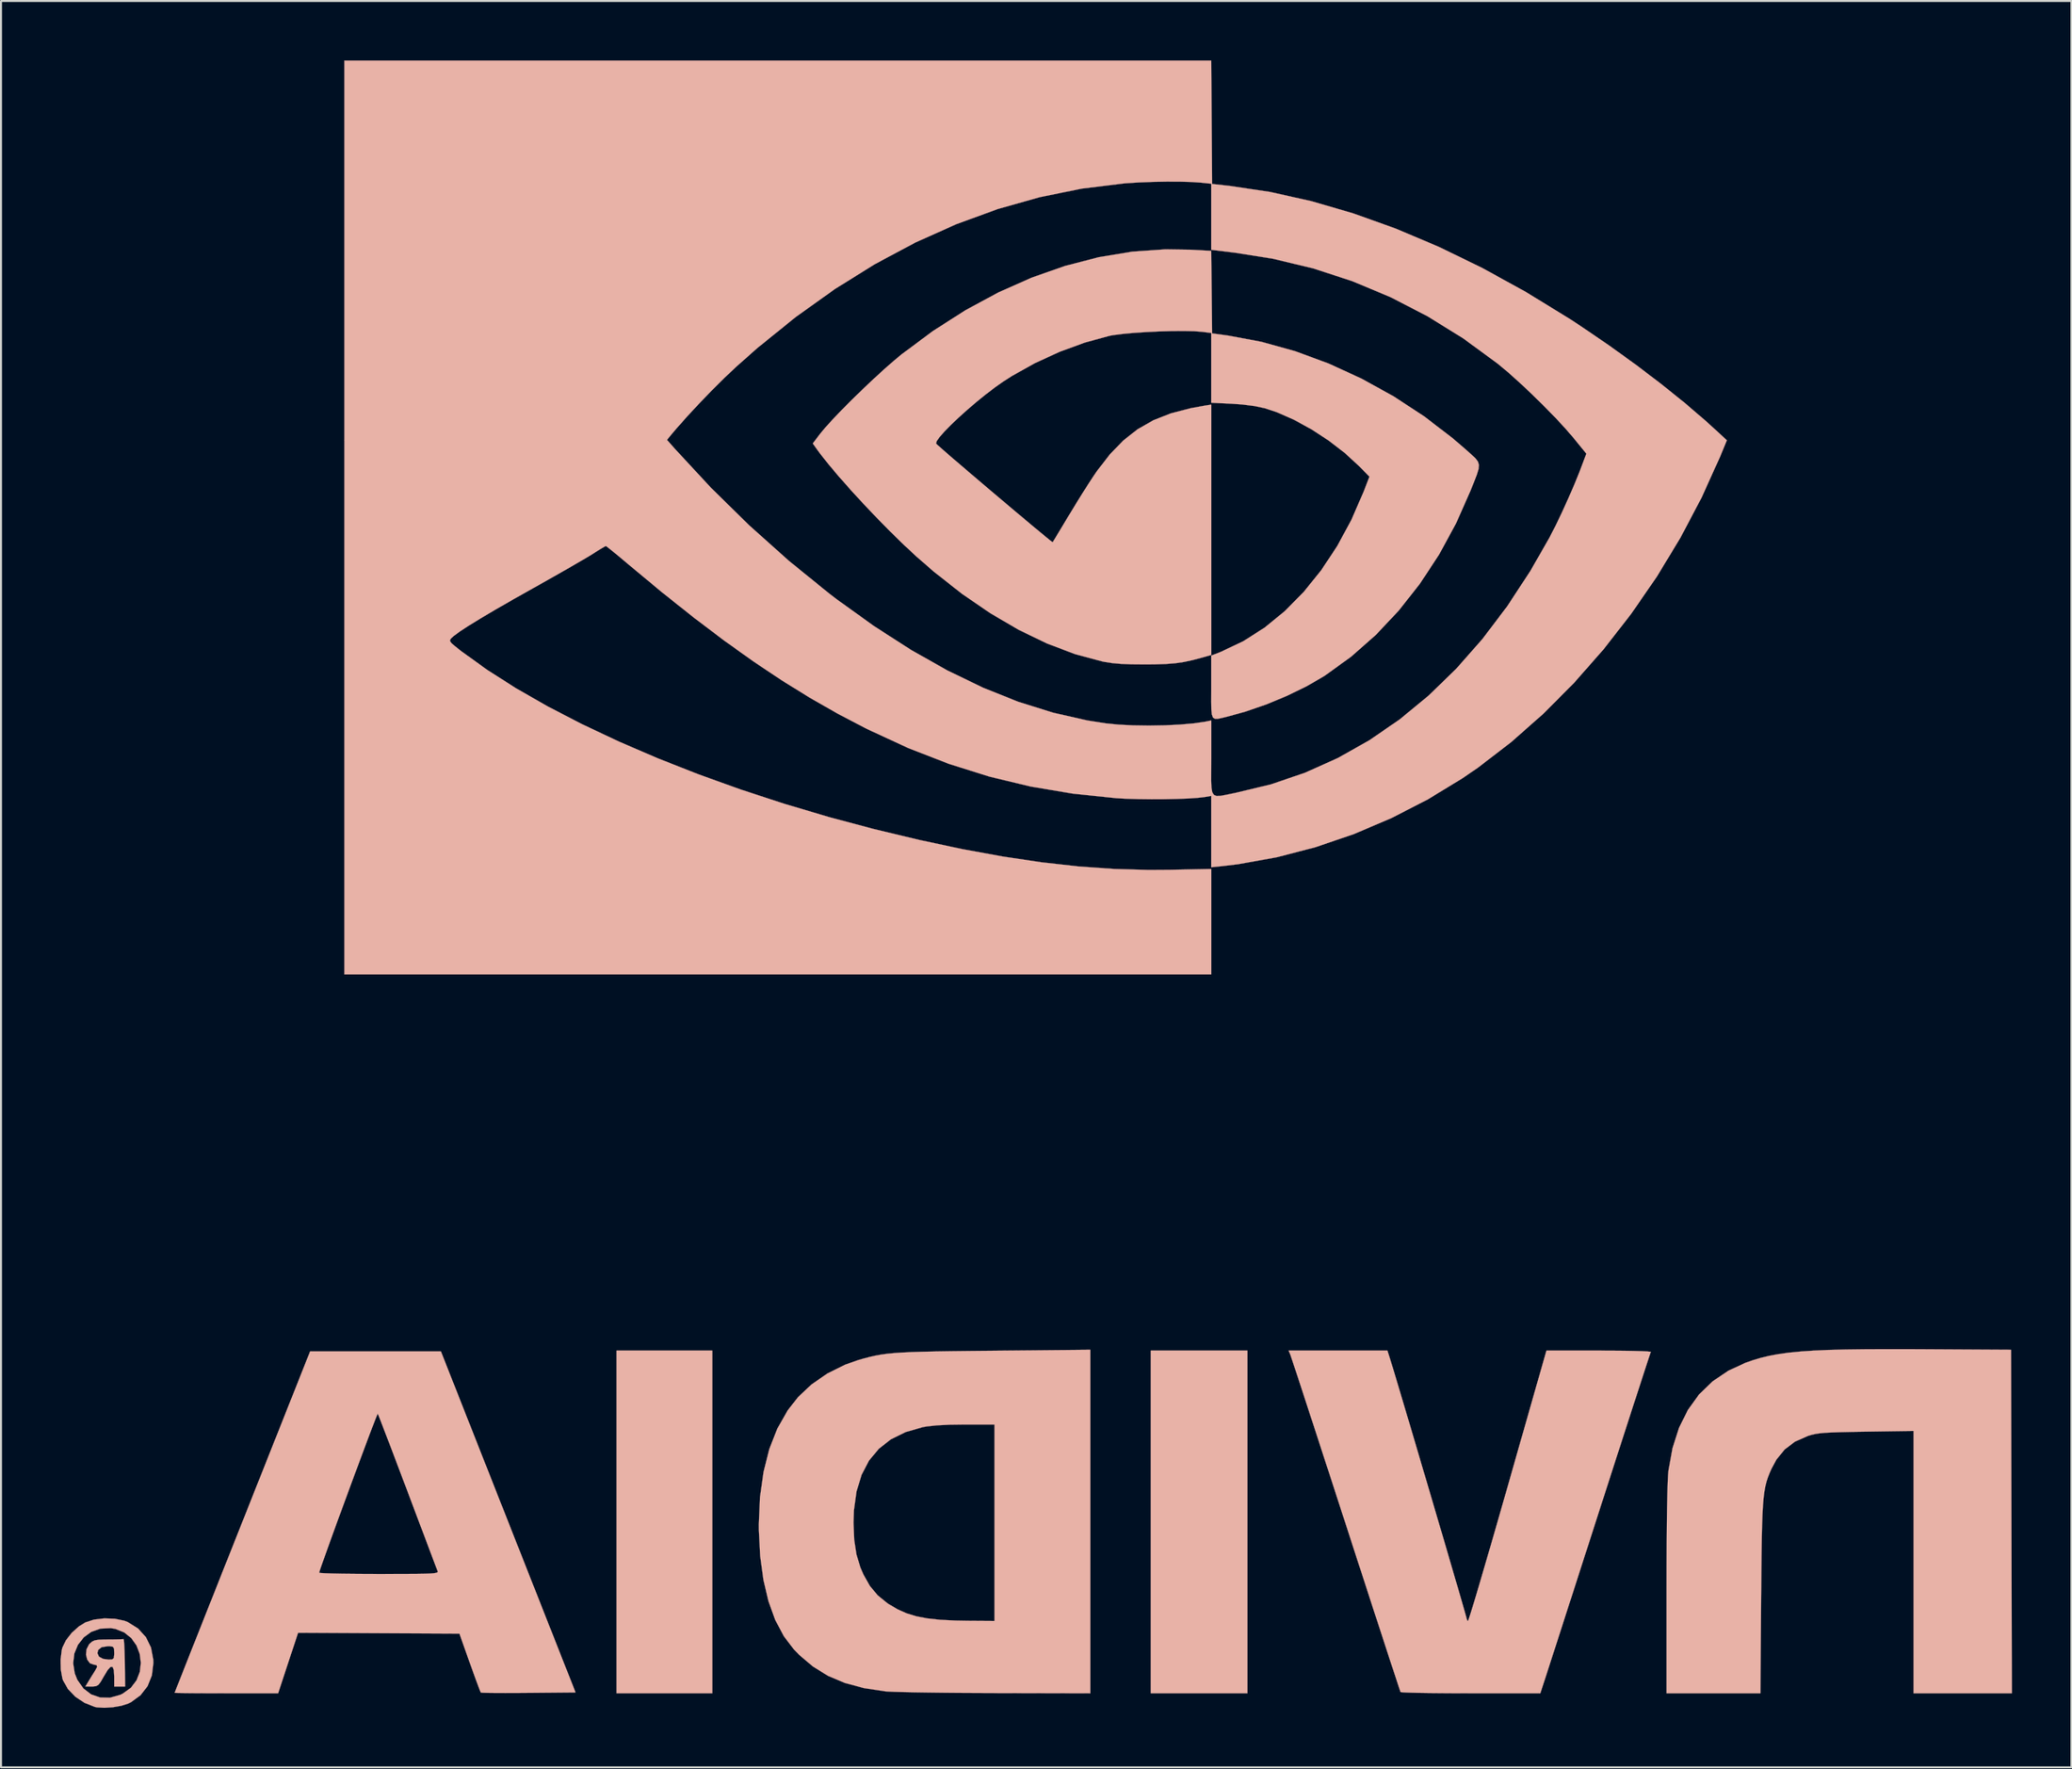
<source format=kicad_pcb>
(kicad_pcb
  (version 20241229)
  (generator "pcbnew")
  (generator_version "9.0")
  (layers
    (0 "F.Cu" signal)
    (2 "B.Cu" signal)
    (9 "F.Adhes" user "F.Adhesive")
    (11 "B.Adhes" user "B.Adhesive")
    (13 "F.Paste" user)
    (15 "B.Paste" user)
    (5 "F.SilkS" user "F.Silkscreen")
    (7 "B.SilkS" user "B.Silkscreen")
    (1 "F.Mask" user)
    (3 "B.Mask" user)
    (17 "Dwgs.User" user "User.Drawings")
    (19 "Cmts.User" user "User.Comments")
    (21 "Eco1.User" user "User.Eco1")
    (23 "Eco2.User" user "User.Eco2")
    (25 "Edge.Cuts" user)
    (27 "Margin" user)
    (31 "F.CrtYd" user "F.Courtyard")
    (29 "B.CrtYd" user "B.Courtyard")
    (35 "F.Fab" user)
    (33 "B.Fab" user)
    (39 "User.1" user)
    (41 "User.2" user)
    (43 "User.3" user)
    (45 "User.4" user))
  (footprint "nvidia_10x10_B"
    (layer "F.Cu")
    (at 49.103 42.931)
    (property "Reference" "nvidia_10x10_B" (at 0 0 0) (layer "B.SilkS") (effects (font (size 1.524 1.524) (thickness 0.3))))
    (attr through_hole)
    (fp_poly (pts (xy -16.256 39.37) (xy -21.082 39.37) (xy -21.082 22.098) (xy -16.256 22.098) (xy -16.256 39.37)) (stroke (width 0.01) (type solid)) (fill yes) (layer "B.SilkS"))
    (fp_poly (pts (xy 10.71 39.37) (xy 5.842 39.37) (xy 5.842 22.098) (xy 10.71 22.098) (xy 10.71 39.37)) (stroke (width 0.01) (type solid)) (fill yes) (layer "B.SilkS"))
    (fp_poly (pts (xy -45.909 36.711) (xy -45.892 36.923) (xy -45.877 37.246) (xy -45.866 37.65) (xy -45.863 37.825) (xy -45.847 39.031) (xy -46.122 39.031) (xy -46.397 39.031) (xy -46.397 38.523) (xy -46.417 38.201) (xy -46.477 38.04) (xy -46.58 38.04) (xy -46.728 38.202) (xy -46.923 38.522) (xy -47.077 38.791) (xy -47.193 38.943) (xy -47.311 39.012) (xy -47.471 39.03) (xy -47.526 39.03) (xy -47.85 39.031) (xy -47.659 38.714) (xy -47.512 38.473) (xy -47.382 38.269) (xy -47.356 38.229) (xy -47.257 38.043) (xy -47.284 37.952) (xy -47.409 37.931) (xy -47.617 37.859) (xy -47.756 37.675) (xy -47.818 37.425) (xy -47.811 37.351) (xy -47.244 37.351) (xy -47.167 37.525) (xy -46.954 37.638) (xy -46.672 37.674) (xy -46.496 37.664) (xy -46.418 37.598) (xy -46.398 37.427) (xy -46.397 37.338) (xy -46.406 37.121) (xy -46.462 37.025) (xy -46.613 37) (xy -46.719 36.999) (xy -47.032 37.047) (xy -47.206 37.188) (xy -47.244 37.351) (xy -47.811 37.351) (xy -47.792 37.155) (xy -47.668 36.912) (xy -47.629 36.868) (xy -47.511 36.766) (xy -47.378 36.704) (xy -47.186 36.673) (xy -46.891 36.662) (xy -46.698 36.661) (xy -46.364 36.658) (xy -46.1 36.652) (xy -45.947 36.643) (xy -45.927 36.639) (xy -45.909 36.711)) (stroke (width 0.01) (type solid)) (fill yes) (layer "B.SilkS"))
    (fp_poly (pts (xy -46.366 35.616) (xy -45.885 35.716) (xy -45.719 35.78) (xy -45.197 36.106) (xy -44.803 36.54) (xy -44.544 37.067) (xy -44.43 37.676) (xy -44.425 37.846) (xy -44.5 38.468) (xy -44.719 39.015) (xy -45.072 39.47) (xy -45.549 39.819) (xy -45.697 39.892) (xy -46.038 40) (xy -46.461 40.073) (xy -46.896 40.101) (xy -47.269 40.079) (xy -47.371 40.058) (xy -47.895 39.853) (xy -48.36 39.541) (xy -48.732 39.152) (xy -48.976 38.717) (xy -49.007 38.624) (xy -49.088 38.177) (xy -49.095 37.855) (xy -48.466 37.855) (xy -48.387 38.365) (xy -48.256 38.693) (xy -47.953 39.126) (xy -47.562 39.426) (xy -47.106 39.585) (xy -46.61 39.596) (xy -46.096 39.451) (xy -45.965 39.388) (xy -45.556 39.093) (xy -45.271 38.717) (xy -45.105 38.29) (xy -45.054 37.836) (xy -45.112 37.384) (xy -45.274 36.96) (xy -45.536 36.591) (xy -45.893 36.303) (xy -46.339 36.125) (xy -46.57 36.087) (xy -47.093 36.111) (xy -47.553 36.275) (xy -47.935 36.555) (xy -48.225 36.927) (xy -48.407 37.368) (xy -48.466 37.855) (xy -49.095 37.855) (xy -49.098 37.668) (xy -49.039 37.192) (xy -49.007 37.068) (xy -48.829 36.698) (xy -48.537 36.325) (xy -48.175 36) (xy -47.857 35.802) (xy -47.42 35.66) (xy -46.9 35.597) (xy -46.366 35.616)) (stroke (width 0.01) (type solid)) (fill yes) (layer "B.SilkS"))
    (fp_poly (pts (xy 44.212 22.027) (xy 44.811 22.03) (xy 49.193 22.056) (xy 49.213 30.713) (xy 49.234 39.37) (xy 44.281 39.37) (xy 44.281 26.145) (xy 41.889 26.182) (xy 41.176 26.194) (xy 40.609 26.207) (xy 40.165 26.222) (xy 39.821 26.24) (xy 39.554 26.265) (xy 39.34 26.297) (xy 39.157 26.339) (xy 38.982 26.391) (xy 38.947 26.403) (xy 38.304 26.688) (xy 37.784 27.081) (xy 37.367 27.598) (xy 37.122 28.052) (xy 37.026 28.27) (xy 36.943 28.479) (xy 36.872 28.694) (xy 36.813 28.929) (xy 36.765 29.2) (xy 36.725 29.52) (xy 36.693 29.905) (xy 36.668 30.37) (xy 36.648 30.928) (xy 36.633 31.595) (xy 36.621 32.384) (xy 36.611 33.312) (xy 36.602 34.392) (xy 36.6 34.565) (xy 36.563 39.37) (xy 31.835 39.37) (xy 31.835 34.142) (xy 31.837 32.937) (xy 31.842 31.845) (xy 31.85 30.875) (xy 31.861 30.033) (xy 31.875 29.329) (xy 31.891 28.771) (xy 31.91 28.367) (xy 31.929 28.152) (xy 32.135 27.014) (xy 32.462 25.994) (xy 32.908 25.092) (xy 33.472 24.31) (xy 34.154 23.649) (xy 34.953 23.11) (xy 35.794 22.721) (xy 36.184 22.583) (xy 36.584 22.464) (xy 37.008 22.361) (xy 37.471 22.275) (xy 37.986 22.203) (xy 38.566 22.145) (xy 39.226 22.1) (xy 39.981 22.066) (xy 40.842 22.043) (xy 41.825 22.03) (xy 42.944 22.025) (xy 44.212 22.027)) (stroke (width 0.01) (type solid)) (fill yes) (layer "B.SilkS"))
    (fp_poly (pts (xy 2.794 30.713) (xy 2.794 39.37) (xy -2.011 39.359) (xy -2.923 39.355) (xy -3.803 39.35) (xy -4.635 39.342) (xy -5.4 39.332) (xy -6.079 39.321) (xy -6.654 39.308) (xy -7.107 39.295) (xy -7.42 39.281) (xy -7.534 39.273) (xy -8.618 39.109) (xy -9.574 38.852) (xy -10.424 38.492) (xy -11.186 38.021) (xy -11.882 37.43) (xy -12.134 37.171) (xy -12.651 36.494) (xy -13.083 35.677) (xy -13.426 34.728) (xy -13.68 33.654) (xy -13.841 32.461) (xy -13.908 31.157) (xy -13.91 30.861) (xy -13.907 30.776) (xy -9.141 30.776) (xy -9.105 31.633) (xy -8.992 32.373) (xy -8.795 33.031) (xy -8.644 33.379) (xy -8.312 33.967) (xy -7.924 34.433) (xy -7.441 34.826) (xy -7.345 34.89) (xy -6.911 35.143) (xy -6.465 35.341) (xy -5.978 35.491) (xy -5.424 35.598) (xy -4.775 35.669) (xy -4.005 35.707) (xy -3.365 35.719) (xy -2.032 35.729) (xy -2.032 25.823) (xy -3.517 25.823) (xy -4.306 25.834) (xy -4.943 25.866) (xy -5.446 25.92) (xy -5.655 25.957) (xy -6.514 26.203) (xy -7.251 26.566) (xy -7.867 27.047) (xy -8.362 27.646) (xy -8.735 28.362) (xy -8.988 29.197) (xy -9.12 30.151) (xy -9.141 30.776) (xy -13.907 30.776) (xy -13.851 29.482) (xy -13.674 28.215) (xy -13.383 27.062) (xy -12.977 26.027) (xy -12.457 25.114) (xy -11.937 24.446) (xy -11.254 23.803) (xy -10.452 23.25) (xy -9.565 22.809) (xy -8.885 22.571) (xy -8.589 22.487) (xy -8.313 22.415) (xy -8.042 22.353) (xy -7.76 22.302) (xy -7.45 22.259) (xy -7.098 22.224) (xy -6.688 22.196) (xy -6.202 22.173) (xy -5.627 22.155) (xy -4.946 22.14) (xy -4.143 22.127) (xy -3.202 22.116) (xy -2.109 22.105) (xy -2.095 22.104) (xy 2.794 22.056) (xy 2.794 30.713)) (stroke (width 0.01) (type solid)) (fill yes) (layer "B.SilkS"))
    (fp_poly (pts (xy -23.149 39.328) (xy -25.515 39.35) (xy -26.13 39.355) (xy -26.689 39.356) (xy -27.169 39.355) (xy -27.549 39.35) (xy -27.806 39.343) (xy -27.918 39.334) (xy -27.921 39.333) (xy -27.96 39.244) (xy -28.046 39.021) (xy -28.169 38.691) (xy -28.319 38.278) (xy -28.48 37.829) (xy -28.999 36.364) (xy -33.065 36.342) (xy -37.131 36.32) (xy -38.137 39.37) (xy -40.743 39.37) (xy -41.388 39.369) (xy -41.975 39.367) (xy -42.483 39.364) (xy -42.893 39.359) (xy -43.183 39.354) (xy -43.333 39.348) (xy -43.349 39.345) (xy -43.319 39.264) (xy -43.23 39.037) (xy -43.086 38.672) (xy -42.892 38.18) (xy -42.651 37.571) (xy -42.368 36.856) (xy -42.046 36.044) (xy -41.69 35.146) (xy -41.303 34.171) (xy -40.956 33.295) (xy -36.07 33.295) (xy -35.988 33.31) (xy -35.756 33.323) (xy -35.392 33.335) (xy -34.916 33.345) (xy -34.347 33.352) (xy -33.704 33.357) (xy -33.053 33.359) (xy -32.259 33.358) (xy -31.618 33.356) (xy -31.115 33.353) (xy -30.733 33.346) (xy -30.457 33.335) (xy -30.271 33.32) (xy -30.158 33.299) (xy -30.104 33.273) (xy -30.091 33.239) (xy -30.099 33.211) (xy -30.14 33.104) (xy -30.235 32.854) (xy -30.377 32.479) (xy -30.561 31.992) (xy -30.78 31.411) (xy -31.029 30.751) (xy -31.302 30.028) (xy -31.592 29.259) (xy -31.619 29.187) (xy -31.909 28.419) (xy -32.182 27.7) (xy -32.43 27.045) (xy -32.65 26.47) (xy -32.834 25.991) (xy -32.976 25.622) (xy -33.072 25.379) (xy -33.115 25.278) (xy -33.116 25.276) (xy -33.15 25.346) (xy -33.235 25.557) (xy -33.364 25.892) (xy -33.531 26.33) (xy -33.728 26.856) (xy -33.95 27.449) (xy -34.189 28.093) (xy -34.439 28.768) (xy -34.693 29.457) (xy -34.945 30.142) (xy -35.187 30.804) (xy -35.413 31.425) (xy -35.616 31.987) (xy -35.789 32.472) (xy -35.927 32.861) (xy -36.022 33.136) (xy -36.067 33.28) (xy -36.07 33.295) (xy -40.956 33.295) (xy -40.89 33.129) (xy -40.454 32.032) (xy -40 30.889) (xy -39.937 30.73) (xy -36.525 22.14) (xy -29.933 22.14) (xy -23.149 39.328)) (stroke (width 0.01) (type solid)) (fill yes) (layer "B.SilkS"))
    (fp_poly (pts (xy 17.855 22.373) (xy 17.924 22.595) (xy 18.033 22.951) (xy 18.176 23.427) (xy 18.35 24.008) (xy 18.551 24.679) (xy 18.773 25.426) (xy 19.012 26.233) (xy 19.265 27.086) (xy 19.526 27.97) (xy 19.792 28.871) (xy 20.058 29.772) (xy 20.32 30.66) (xy 20.573 31.52) (xy 20.813 32.338) (xy 21.035 33.097) (xy 21.236 33.783) (xy 21.41 34.383) (xy 21.554 34.88) (xy 21.663 35.26) (xy 21.733 35.508) (xy 21.759 35.61) (xy 21.759 35.611) (xy 21.798 35.718) (xy 21.827 35.729) (xy 21.859 35.65) (xy 21.935 35.419) (xy 22.05 35.05) (xy 22.2 34.553) (xy 22.382 33.941) (xy 22.592 33.226) (xy 22.828 32.419) (xy 23.085 31.533) (xy 23.36 30.579) (xy 23.65 29.57) (xy 23.837 28.914) (xy 25.781 22.099) (xy 28.432 22.099) (xy 29.08 22.101) (xy 29.668 22.106) (xy 30.177 22.115) (xy 30.585 22.127) (xy 30.874 22.141) (xy 31.024 22.157) (xy 31.041 22.166) (xy 31.009 22.255) (xy 30.93 22.493) (xy 30.805 22.871) (xy 30.64 23.377) (xy 30.438 23.999) (xy 30.201 24.727) (xy 29.935 25.55) (xy 29.641 26.456) (xy 29.325 27.434) (xy 28.99 28.473) (xy 28.638 29.563) (xy 28.492 30.019) (xy 28.129 31.144) (xy 27.777 32.237) (xy 27.439 33.285) (xy 27.12 34.276) (xy 26.823 35.196) (xy 26.553 36.034) (xy 26.313 36.776) (xy 26.108 37.412) (xy 25.942 37.927) (xy 25.818 38.309) (xy 25.741 38.547) (xy 25.728 38.587) (xy 25.471 39.37) (xy 21.969 39.37) (xy 21.216 39.369) (xy 20.516 39.364) (xy 19.888 39.358) (xy 19.35 39.349) (xy 18.919 39.338) (xy 18.613 39.326) (xy 18.451 39.313) (xy 18.429 39.306) (xy 18.398 39.219) (xy 18.318 38.981) (xy 18.194 38.603) (xy 18.027 38.096) (xy 17.822 37.471) (xy 17.583 36.738) (xy 17.312 35.908) (xy 17.013 34.992) (xy 16.691 34) (xy 16.347 32.943) (xy 15.986 31.832) (xy 15.671 30.861) (xy 15.297 29.709) (xy 14.937 28.601) (xy 14.593 27.546) (xy 14.271 26.556) (xy 13.973 25.643) (xy 13.703 24.816) (xy 13.465 24.087) (xy 13.261 23.466) (xy 13.096 22.965) (xy 12.973 22.594) (xy 12.896 22.364) (xy 12.87 22.288) (xy 12.788 22.098) (xy 17.767 22.098) (xy 17.855 22.373)) (stroke (width 0.01) (type solid)) (fill yes) (layer "B.SilkS"))
    (fp_poly (pts (xy 7.851 -33.393) (xy 8.887 -33.336) (xy 8.91 -31.256) (xy 8.932 -29.176) (xy 9.737 -29.065) (xy 11.418 -28.751) (xy 13.111 -28.28) (xy 14.795 -27.66) (xy 16.453 -26.9) (xy 18.064 -26.011) (xy 19.61 -25) (xy 21.072 -23.878) (xy 21.744 -23.297) (xy 22.015 -23.056) (xy 22.209 -22.871) (xy 22.329 -22.71) (xy 22.377 -22.542) (xy 22.358 -22.336) (xy 22.274 -22.061) (xy 22.128 -21.683) (xy 21.956 -21.251) (xy 21.22 -19.591) (xy 20.366 -18.022) (xy 19.402 -16.556) (xy 18.336 -15.203) (xy 17.177 -13.973) (xy 15.933 -12.877) (xy 14.612 -11.924) (xy 14.563 -11.892) (xy 13.694 -11.389) (xy 12.71 -10.909) (xy 11.666 -10.476) (xy 10.615 -10.112) (xy 9.7 -9.86) (xy 9.421 -9.792) (xy 9.214 -9.749) (xy 9.069 -9.751) (xy 8.975 -9.818) (xy 8.92 -9.97) (xy 8.895 -10.225) (xy 8.888 -10.605) (xy 8.89 -11.127) (xy 8.89 -11.335) (xy 8.89 -12.934) (xy 9.377 -13.126) (xy 10.499 -13.657) (xy 11.575 -14.343) (xy 12.595 -15.176) (xy 13.551 -16.146) (xy 14.435 -17.243) (xy 15.239 -18.459) (xy 15.955 -19.784) (xy 16.57 -21.201) (xy 16.861 -21.954) (xy 16.326 -22.499) (xy 15.612 -23.154) (xy 14.802 -23.777) (xy 13.936 -24.342) (xy 13.052 -24.826) (xy 12.188 -25.206) (xy 11.599 -25.402) (xy 11.082 -25.513) (xy 10.445 -25.593) (xy 9.927 -25.629) (xy 8.89 -25.679) (xy 8.89 -29.198) (xy 8.418 -29.257) (xy 8.026 -29.287) (xy 7.507 -29.298) (xy 6.901 -29.294) (xy 6.247 -29.275) (xy 5.584 -29.242) (xy 4.951 -29.199) (xy 4.388 -29.146) (xy 3.934 -29.086) (xy 3.745 -29.05) (xy 2.51 -28.712) (xy 1.247 -28.248) (xy 0.008 -27.68) (xy -1.155 -27.031) (xy -1.583 -26.756) (xy -2.015 -26.452) (xy -2.475 -26.101) (xy -2.944 -25.72) (xy -3.405 -25.326) (xy -3.84 -24.935) (xy -4.229 -24.565) (xy -4.556 -24.231) (xy -4.802 -23.952) (xy -4.949 -23.742) (xy -4.981 -23.625) (xy -4.914 -23.558) (xy -4.734 -23.397) (xy -4.456 -23.154) (xy -4.097 -22.844) (xy -3.672 -22.48) (xy -3.197 -22.074) (xy -2.687 -21.64) (xy -2.158 -21.191) (xy -1.625 -20.741) (xy -1.105 -20.302) (xy -0.613 -19.888) (xy -0.164 -19.513) (xy 0.225 -19.188) (xy 0.54 -18.929) (xy 0.764 -18.747) (xy 0.882 -18.657) (xy 0.896 -18.65) (xy 0.943 -18.725) (xy 1.064 -18.923) (xy 1.245 -19.222) (xy 1.472 -19.599) (xy 1.733 -20.033) (xy 1.779 -20.108) (xy 2.083 -20.608) (xy 2.394 -21.109) (xy 2.688 -21.573) (xy 2.943 -21.963) (xy 3.115 -22.217) (xy 3.771 -23.067) (xy 4.449 -23.77) (xy 5.172 -24.34) (xy 5.966 -24.794) (xy 6.852 -25.144) (xy 7.857 -25.406) (xy 8.53 -25.528) (xy 8.89 -25.584) (xy 8.89 -12.966) (xy 8.445 -12.84) (xy 7.951 -12.708) (xy 7.51 -12.613) (xy 7.077 -12.55) (xy 6.604 -12.512) (xy 6.043 -12.494) (xy 5.546 -12.49) (xy 4.879 -12.496) (xy 4.342 -12.517) (xy 3.898 -12.557) (xy 3.508 -12.617) (xy 3.387 -12.642) (xy 2.014 -13.013) (xy 0.613 -13.544) (xy -0.808 -14.23) (xy -2.239 -15.067) (xy -3.672 -16.048) (xy -5.098 -17.171) (xy -5.969 -17.929) (xy -6.602 -18.518) (xy -7.272 -19.172) (xy -7.957 -19.869) (xy -8.636 -20.583) (xy -9.286 -21.291) (xy -9.884 -21.969) (xy -10.41 -22.593) (xy -10.841 -23.14) (xy -10.994 -23.35) (xy -11.192 -23.628) (xy -10.824 -24.111) (xy -10.557 -24.433) (xy -10.186 -24.842) (xy -9.735 -25.313) (xy -9.227 -25.824) (xy -8.687 -26.35) (xy -8.139 -26.869) (xy -7.608 -27.355) (xy -7.118 -27.787) (xy -6.731 -28.108) (xy -5.138 -29.295) (xy -3.508 -30.338) (xy -1.849 -31.235) (xy -0.17 -31.982) (xy 1.521 -32.576) (xy 3.216 -33.015) (xy 4.905 -33.295) (xy 6.582 -33.413) (xy 7.851 -33.393)) (stroke (width 0.01) (type solid)) (fill yes) (layer "B.SilkS"))
    (fp_poly (pts (xy 8.91 -39.817) (xy 8.932 -36.708) (xy 9.821 -36.609) (xy 11.853 -36.305) (xy 13.929 -35.842) (xy 16.044 -35.225) (xy 18.19 -34.456) (xy 20.359 -33.538) (xy 22.545 -32.474) (xy 24.739 -31.266) (xy 26.934 -29.919) (xy 27.559 -29.509) (xy 28.936 -28.569) (xy 30.276 -27.604) (xy 31.552 -26.634) (xy 32.737 -25.682) (xy 33.804 -24.766) (xy 34.221 -24.388) (xy 34.872 -23.787) (xy 34.532 -22.963) (xy 33.597 -20.895) (xy 32.532 -18.876) (xy 31.348 -16.921) (xy 30.054 -15.044) (xy 28.663 -13.257) (xy 27.184 -11.575) (xy 25.629 -10.01) (xy 24.008 -8.578) (xy 22.333 -7.29) (xy 21.569 -6.765) (xy 19.806 -5.689) (xy 17.969 -4.745) (xy 16.076 -3.939) (xy 14.144 -3.279) (xy 12.193 -2.77) (xy 10.24 -2.42) (xy 9.461 -2.326) (xy 8.89 -2.266) (xy 8.89 -5.864) (xy 8.572 -5.809) (xy 8.229 -5.768) (xy 7.752 -5.735) (xy 7.177 -5.712) (xy 6.539 -5.698) (xy 5.875 -5.695) (xy 5.218 -5.703) (xy 4.606 -5.721) (xy 4.106 -5.749) (xy 1.91 -5.977) (xy -0.215 -6.336) (xy -2.291 -6.835) (xy -4.339 -7.48) (xy -6.383 -8.275) (xy -8.444 -9.229) (xy -8.551 -9.282) (xy -9.954 -10.017) (xy -11.351 -10.816) (xy -12.759 -11.689) (xy -14.193 -12.647) (xy -15.666 -13.699) (xy -17.194 -14.856) (xy -18.793 -16.128) (xy -20.476 -17.527) (xy -20.545 -17.585) (xy -20.897 -17.881) (xy -21.203 -18.134) (xy -21.441 -18.325) (xy -21.587 -18.437) (xy -21.622 -18.457) (xy -21.71 -18.414) (xy -21.903 -18.3) (xy -22.164 -18.137) (xy -22.249 -18.082) (xy -22.467 -17.948) (xy -22.809 -17.745) (xy -23.253 -17.487) (xy -23.776 -17.187) (xy -24.355 -16.858) (xy -24.965 -16.513) (xy -25.276 -16.339) (xy -26.306 -15.758) (xy -27.194 -15.248) (xy -27.937 -14.808) (xy -28.534 -14.441) (xy -28.984 -14.147) (xy -29.286 -13.926) (xy -29.411 -13.812) (xy -29.468 -13.735) (xy -29.471 -13.659) (xy -29.398 -13.56) (xy -29.232 -13.413) (xy -28.954 -13.193) (xy -28.895 -13.148) (xy -27.595 -12.211) (xy -26.138 -11.282) (xy -24.537 -10.366) (xy -22.805 -9.47) (xy -20.954 -8.597) (xy -18.996 -7.754) (xy -16.945 -6.947) (xy -14.812 -6.18) (xy -12.611 -5.459) (xy -10.354 -4.789) (xy -8.128 -4.195) (xy -5.837 -3.645) (xy -3.674 -3.183) (xy -1.624 -2.807) (xy 0.327 -2.516) (xy 2.195 -2.307) (xy 3.994 -2.179) (xy 5.739 -2.129) (xy 6.794 -2.136) (xy 8.89 -2.179) (xy 8.89 3.133) (xy -34.798 3.133) (xy -34.798 -23.809) (xy -18.542 -23.809) (xy -18.142 -23.356) (xy -16.32 -21.39) (xy -14.391 -19.495) (xy -12.388 -17.704) (xy -10.344 -16.046) (xy -9.991 -15.776) (xy -8.098 -14.416) (xy -6.239 -13.22) (xy -4.411 -12.187) (xy -2.61 -11.316) (xy -0.835 -10.606) (xy 0.917 -10.056) (xy 2.648 -9.664) (xy 3.556 -9.521) (xy 4.207 -9.455) (xy 4.952 -9.417) (xy 5.748 -9.405) (xy 6.553 -9.419) (xy 7.323 -9.457) (xy 8.017 -9.519) (xy 8.591 -9.604) (xy 8.657 -9.617) (xy 8.89 -9.665) (xy 8.89 -7.754) (xy 8.887 -7.119) (xy 8.885 -6.635) (xy 8.899 -6.285) (xy 8.939 -6.05) (xy 9.02 -5.914) (xy 9.152 -5.857) (xy 9.351 -5.863) (xy 9.626 -5.913) (xy 9.993 -5.99) (xy 10.125 -6.017) (xy 11.898 -6.444) (xy 13.613 -7.029) (xy 15.266 -7.77) (xy 16.857 -8.667) (xy 18.383 -9.716) (xy 19.842 -10.918) (xy 21.233 -12.269) (xy 22.554 -13.769) (xy 23.802 -15.417) (xy 24.977 -17.21) (xy 25.933 -18.881) (xy 26.23 -19.46) (xy 26.558 -20.142) (xy 26.889 -20.87) (xy 27.199 -21.587) (xy 27.462 -22.236) (xy 27.514 -22.372) (xy 27.793 -23.113) (xy 27.154 -23.896) (xy 26.745 -24.372) (xy 26.237 -24.92) (xy 25.661 -25.509) (xy 25.053 -26.107) (xy 24.444 -26.68) (xy 23.867 -27.197) (xy 23.356 -27.625) (xy 23.325 -27.65) (xy 21.588 -28.923) (xy 19.785 -30.041) (xy 17.921 -31.004) (xy 15.998 -31.808) (xy 14.021 -32.454) (xy 11.993 -32.94) (xy 10.097 -33.241) (xy 8.89 -33.389) (xy 8.89 -36.721) (xy 8.37 -36.776) (xy 7.907 -36.808) (xy 7.319 -36.825) (xy 6.651 -36.827) (xy 5.946 -36.814) (xy 5.249 -36.787) (xy 4.603 -36.746) (xy 4.513 -36.739) (xy 2.366 -36.474) (xy 0.236 -36.041) (xy -1.876 -35.443) (xy -3.966 -34.679) (xy -6.031 -33.753) (xy -8.068 -32.664) (xy -10.075 -31.414) (xy -12.048 -30.005) (xy -13.986 -28.439) (xy -15.063 -27.484) (xy -15.644 -26.935) (xy -16.275 -26.308) (xy -16.917 -25.643) (xy -17.53 -24.983) (xy -18.074 -24.369) (xy -18.322 -24.076) (xy -18.542 -23.809) (xy -34.798 -23.809) (xy -34.798 -42.926) (xy 8.888 -42.926) (xy 8.91 -39.817)) (stroke (width 0.01) (type solid)) (fill yes) (layer "B.SilkS")))
  (gr_rect
    (start -3 -3)
    (end 101.342 86.037)
    (stroke (width 0.1) (type default))
    (fill no)
    (layer "Edge.Cuts")))
</source>
